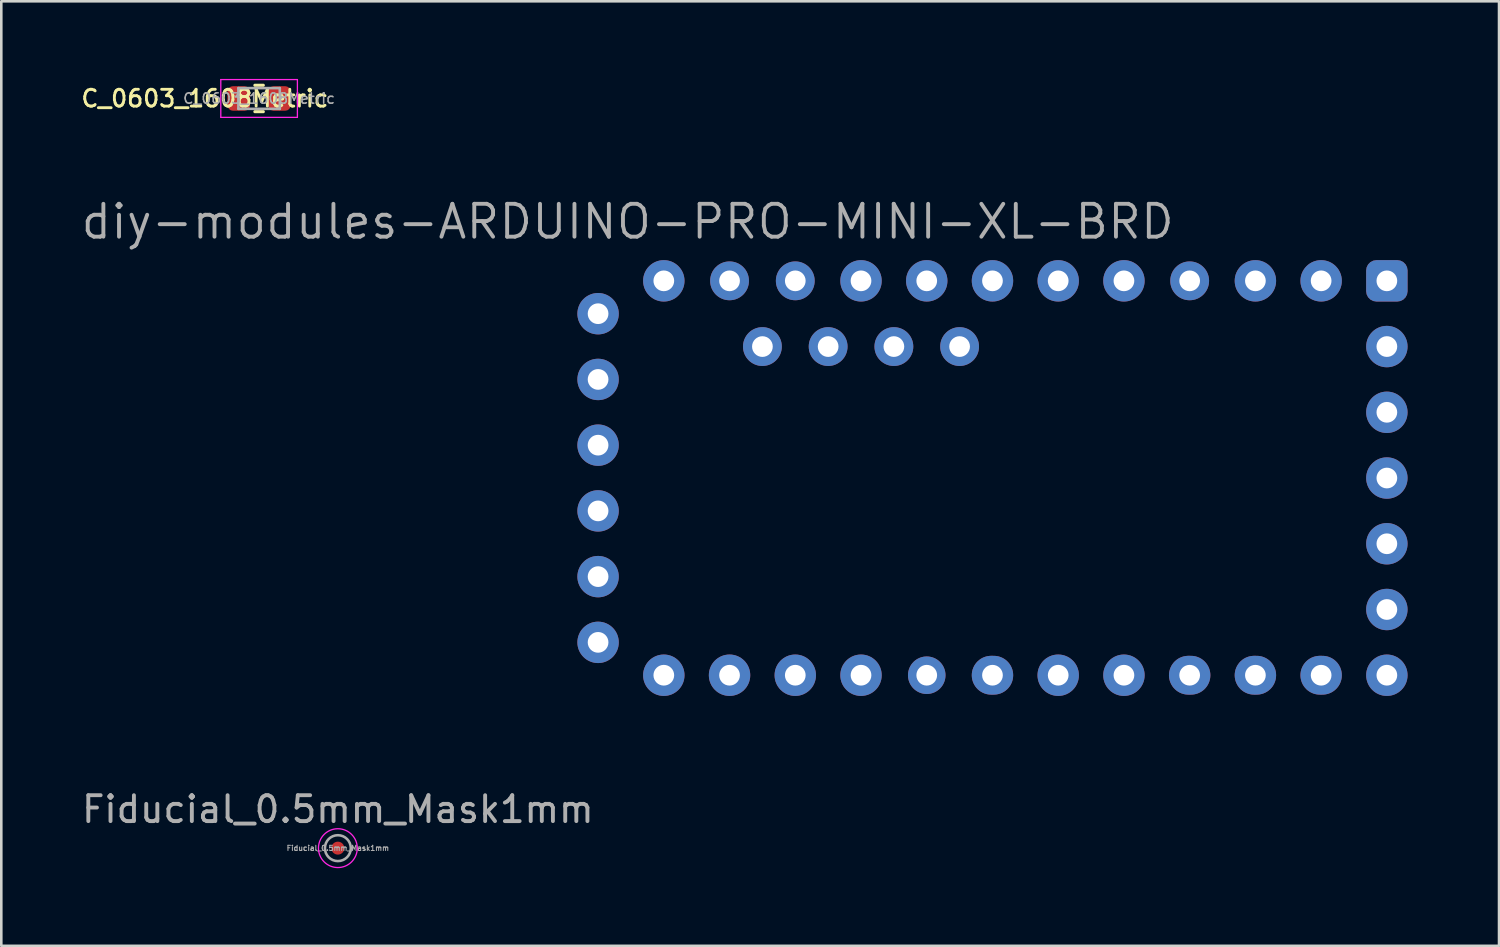
<source format=kicad_pcb>
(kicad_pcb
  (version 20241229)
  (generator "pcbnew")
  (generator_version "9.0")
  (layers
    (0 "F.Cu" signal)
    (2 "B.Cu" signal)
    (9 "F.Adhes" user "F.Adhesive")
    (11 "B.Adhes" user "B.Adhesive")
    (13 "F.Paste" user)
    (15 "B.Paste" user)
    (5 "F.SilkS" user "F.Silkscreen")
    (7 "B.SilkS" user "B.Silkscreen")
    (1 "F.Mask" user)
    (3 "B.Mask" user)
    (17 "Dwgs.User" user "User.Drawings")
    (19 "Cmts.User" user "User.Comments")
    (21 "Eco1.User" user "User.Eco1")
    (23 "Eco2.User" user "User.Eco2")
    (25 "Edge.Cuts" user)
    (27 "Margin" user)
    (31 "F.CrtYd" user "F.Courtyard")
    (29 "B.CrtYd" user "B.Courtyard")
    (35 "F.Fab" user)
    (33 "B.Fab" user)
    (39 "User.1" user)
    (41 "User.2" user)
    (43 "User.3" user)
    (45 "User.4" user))
  (footprint "diy-modules-ARDUINO-PRO-MINI-XL-BRD"
    (layer "F.Cu")
    (at 35.301 15.422)
    (property "Reference" "diy-modules-ARDUINO-PRO-MINI-XL-BRD" (at -14.097 -9.906 180) (layer "F.Fab") (effects (font (size 1.27 1.27) (thickness 0.15))))
    (attr exclude_from_pos_files exclude_from_bom)
    (fp_line (start -16.51 -8.89) (end -16.51 8.89) (stroke (width 0.127) (type solid)) (layer "Eco2.User"))
    (fp_line (start -16.51 8.89) (end 16.51 8.89) (stroke (width 0.127) (type solid)) (layer "Eco2.User"))
    (fp_line (start 16.51 -8.89) (end -16.51 -8.89) (stroke (width 0.127) (type solid)) (layer "Eco2.User"))
    (fp_line (start 16.51 8.89) (end 16.51 -8.89) (stroke (width 0.127) (type solid)) (layer "Eco2.User"))
    (pad "1" thru_hole roundrect (at 15.24 -7.62) (size 1.6 1.6) (drill 0.8) (layers "*.Cu" "*.Mask") (roundrect_rratio 0.25))
    (pad "2" thru_hole circle (at 12.7 -7.62) (size 1.6 1.6) (drill 0.8) (layers "*.Cu" "*.Mask"))
    (pad "3" thru_hole circle (at 10.16 -7.62) (size 1.6 1.6) (drill 0.8) (layers "*.Cu" "*.Mask"))
    (pad "4" thru_hole circle (at 7.62 -7.62) (size 1.5 1.5) (drill 0.8) (layers "*.Cu" "*.Mask"))
    (pad "5" thru_hole circle (at 5.08 -7.62) (size 1.6 1.6) (drill 0.8) (layers "*.Cu" "*.Mask"))
    (pad "6" thru_hole circle (at 2.54 -7.62) (size 1.6 1.6) (drill 0.8) (layers "*.Cu" "*.Mask"))
    (pad "7" thru_hole circle (at 0 -7.62) (size 1.6 1.6) (drill 0.8) (layers "*.Cu" "*.Mask"))
    (pad "8" thru_hole circle (at -2.54 -7.62) (size 1.6 1.6) (drill 0.8) (layers "*.Cu" "*.Mask"))
    (pad "9" thru_hole circle (at -5.08 -7.62) (size 1.6 1.6) (drill 0.8) (layers "*.Cu" "*.Mask"))
    (pad "10" thru_hole circle (at -7.62 -7.62) (size 1.5 1.5) (drill 0.8) (layers "*.Cu" "*.Mask"))
    (pad "11" thru_hole circle (at -10.16 -7.62) (size 1.5 1.5) (drill 0.8) (layers "*.Cu" "*.Mask"))
    (pad "12" thru_hole circle (at -12.7 -7.62) (size 1.6 1.6) (drill 0.8) (layers "*.Cu" "*.Mask"))
    (pad "13" thru_hole circle (at -15.24 -6.35) (size 1.6 1.6) (drill 0.8) (layers "*.Cu" "*.Mask"))
    (pad "14" thru_hole circle (at -15.24 -3.81) (size 1.6 1.6) (drill 0.8) (layers "*.Cu" "*.Mask"))
    (pad "15" thru_hole circle (at -15.24 -1.27) (size 1.6 1.6) (drill 0.8) (layers "*.Cu" "*.Mask"))
    (pad "16" thru_hole circle (at -15.24 1.27) (size 1.6 1.6) (drill 0.8) (layers "*.Cu" "*.Mask"))
    (pad "17" thru_hole circle (at -15.24 3.81) (size 1.6 1.6) (drill 0.8) (layers "*.Cu" "*.Mask"))
    (pad "18" thru_hole circle (at -15.24 6.35) (size 1.6 1.6) (drill 0.8) (layers "*.Cu" "*.Mask"))
    (pad "19" thru_hole circle (at -12.7 7.62) (size 1.6 1.6) (drill 0.8) (layers "*.Cu" "*.Mask"))
    (pad "20" thru_hole circle (at -10.16 7.62) (size 1.6 1.6) (drill 0.8) (layers "*.Cu" "*.Mask"))
    (pad "21" thru_hole circle (at -7.62 7.62) (size 1.6 1.6) (drill 0.8) (layers "*.Cu" "*.Mask"))
    (pad "22" thru_hole circle (at -5.08 7.62) (size 1.6 1.6) (drill 0.8) (layers "*.Cu" "*.Mask"))
    (pad "23" thru_hole circle (at -2.54 7.62) (size 1.45 1.45) (drill 0.8) (layers "*.Cu" "*.Mask"))
    (pad "24" thru_hole oval (at 0 7.62) (size 1.6 1.5) (drill 0.8) (layers "*.Cu" "*.Mask"))
    (pad "25" thru_hole circle (at 2.54 7.62) (size 1.6 1.6) (drill 0.8) (layers "*.Cu" "*.Mask"))
    (pad "26" thru_hole circle (at 5.08 7.62) (size 1.6 1.6) (drill 0.8) (layers "*.Cu" "*.Mask"))
    (pad "27" thru_hole oval (at 7.62 7.62) (size 1.6 1.5) (drill 0.8) (layers "*.Cu" "*.Mask"))
    (pad "28" thru_hole oval (at 10.16 7.62) (size 1.6 1.5) (drill 0.8) (layers "*.Cu" "*.Mask"))
    (pad "29" thru_hole oval (at 12.7 7.62) (size 1.6 1.5) (drill 0.8) (layers "*.Cu" "*.Mask"))
    (pad "30" thru_hole circle (at 15.24 7.62) (size 1.6 1.6) (drill 0.8) (layers "*.Cu" "*.Mask"))
    (pad "31" thru_hole circle (at 15.24 5.08) (size 1.6 1.6) (drill 0.8) (layers "*.Cu" "*.Mask"))
    (pad "32" thru_hole circle (at 15.24 2.54) (size 1.6 1.6) (drill 0.8) (layers "*.Cu" "*.Mask"))
    (pad "33" thru_hole circle (at 15.24 0) (size 1.6 1.6) (drill 0.8) (layers "*.Cu" "*.Mask"))
    (pad "34" thru_hole circle (at 15.24 -2.54) (size 1.6 1.6) (drill 0.8) (layers "*.Cu" "*.Mask"))
    (pad "35" thru_hole circle (at 15.24 -5.08) (size 1.6 1.6) (drill 0.8) (layers "*.Cu" "*.Mask"))
    (pad "36" thru_hole circle (at -1.27 -5.08) (size 1.5 1.5) (drill 0.8) (layers "*.Cu" "*.Mask"))
    (pad "37" thru_hole circle (at -3.81 -5.08) (size 1.5 1.5) (drill 0.8) (layers "*.Cu" "*.Mask"))
    (pad "38" thru_hole circle (at -6.35 -5.08) (size 1.5 1.5) (drill 0.8) (layers "*.Cu" "*.Mask"))
    (pad "39" thru_hole circle (at -8.89 -5.08) (size 1.5 1.5) (drill 0.8) (layers "*.Cu" "*.Mask")))
  (footprint "C_0603_1608Metric"
    (layer "F.Cu")
    (at 6.962 0.755)
    (property "Reference" "C_0603_1608Metric" (at -2.095 0 180) (layer "F.SilkS") (effects (font (size 0.65 0.65) (thickness 0.11))))
    (attr smd)
    (fp_line (start -0.163 -0.51) (end 0.163 -0.51) (stroke (width 0.12) (type solid)) (layer "F.SilkS"))
    (fp_line (start -0.163 0.51) (end 0.163 0.51) (stroke (width 0.12) (type solid)) (layer "F.SilkS"))
    (fp_line (start -1.48 -0.73) (end 1.48 -0.73) (stroke (width 0.05) (type solid)) (layer "F.CrtYd"))
    (fp_line (start -1.48 0.73) (end -1.48 -0.73) (stroke (width 0.05) (type solid)) (layer "F.CrtYd"))
    (fp_line (start 1.48 -0.73) (end 1.48 0.73) (stroke (width 0.05) (type solid)) (layer "F.CrtYd"))
    (fp_line (start 1.48 0.73) (end -1.48 0.73) (stroke (width 0.05) (type solid)) (layer "F.CrtYd"))
    (fp_line (start -0.8 -0.4) (end 0.8 -0.4) (stroke (width 0.1) (type solid)) (layer "F.Fab"))
    (fp_line (start -0.8 0.4) (end -0.8 -0.4) (stroke (width 0.1) (type solid)) (layer "F.Fab"))
    (fp_line (start 0.8 -0.4) (end 0.8 0.4) (stroke (width 0.1) (type solid)) (layer "F.Fab"))
    (fp_line (start 0.8 0.4) (end -0.8 0.4) (stroke (width 0.1) (type solid)) (layer "F.Fab"))
    (fp_text user "${REFERENCE}" (at 0 0 180) (layer "F.Fab") (effects (font (size 0.4 0.4) (thickness 0.06))))
    (pad "1" smd roundrect (at -0.787 0) (size 0.875 0.95) (layers "F.Cu" "F.Mask" "F.Paste") (roundrect_rratio 0.25))
    (pad "2" smd roundrect (at 0.787 0) (size 0.875 0.95) (layers "F.Cu" "F.Mask" "F.Paste") (roundrect_rratio 0.25)))
  (footprint "Fiducial_0.5mm_Mask1mm"
    (layer "F.Cu")
    (at 10.006 29.724)
    (property "Reference" "Fiducial_0.5mm_Mask1mm" (at 0 -1.5 0) (layer "F.Fab") (effects (font (size 1 1) (thickness 0.15))))
    (attr smd)
    (fp_circle (center 0 0) (end 0.75 0) (stroke (width 0.05) (type solid)) (fill no) (layer "F.CrtYd"))
    (fp_circle (center 0 0) (end 0.5 0) (stroke (width 0.1) (type solid)) (fill no) (layer "F.Fab"))
    (fp_text user "${REFERENCE}" (at 0 0 0) (layer "F.Fab") (effects (font (size 0.2 0.2) (thickness 0.04))))
    (pad "" smd circle (at 0 0) (size 0.5 0.5) (layers "F.Cu" "F.Mask" "F.Paste")))
  (gr_rect
    (start -3 -3)
    (end 54.875 33.499)
    (stroke (width 0.1) (type default))
    (fill no)
    (layer "Edge.Cuts")))
</source>
